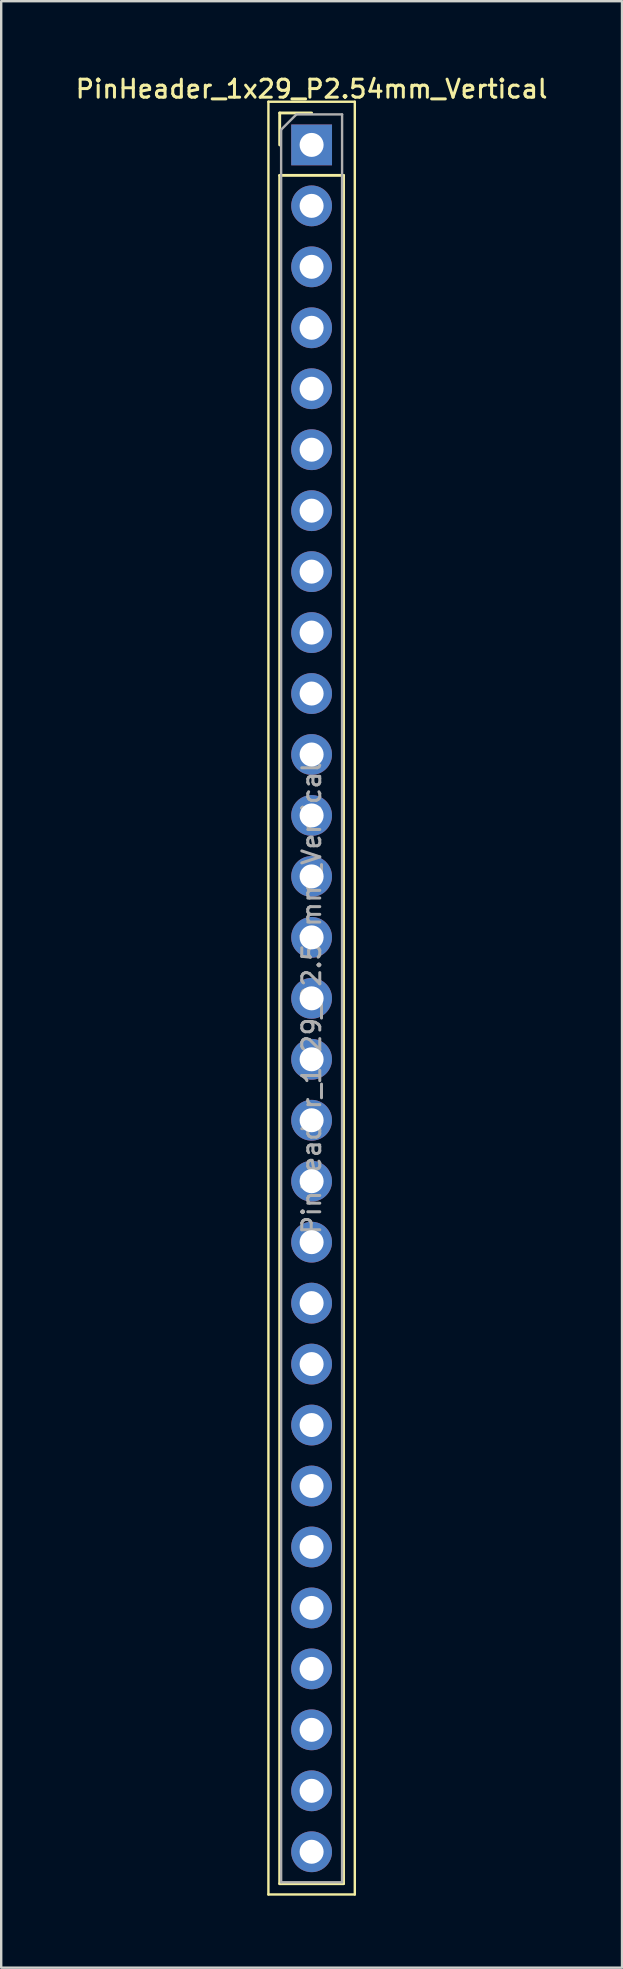
<source format=kicad_pcb>
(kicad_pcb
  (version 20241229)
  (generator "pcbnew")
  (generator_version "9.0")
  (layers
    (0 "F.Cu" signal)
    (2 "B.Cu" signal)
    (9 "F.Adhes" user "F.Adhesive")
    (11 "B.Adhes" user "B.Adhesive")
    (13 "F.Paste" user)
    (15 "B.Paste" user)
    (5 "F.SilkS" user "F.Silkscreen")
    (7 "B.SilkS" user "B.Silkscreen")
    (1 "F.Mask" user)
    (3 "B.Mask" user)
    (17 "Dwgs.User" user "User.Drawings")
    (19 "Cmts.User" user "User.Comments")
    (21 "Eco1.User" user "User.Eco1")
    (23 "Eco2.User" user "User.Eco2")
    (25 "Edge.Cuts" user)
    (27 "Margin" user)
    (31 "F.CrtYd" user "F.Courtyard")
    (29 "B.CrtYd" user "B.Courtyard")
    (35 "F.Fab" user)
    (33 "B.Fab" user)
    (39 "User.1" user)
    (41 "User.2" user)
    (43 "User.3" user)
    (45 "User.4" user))
  (footprint "PinHeader_1x29_P2.54mm_Vertical"
    (layer "F.Cu")
    (at 9.934 2.988)
    (property "Reference" "PinHeader_1x29_P2.54mm_Vertical" (at 0 -2.33 0) (layer "F.SilkS") (effects (font (size 0.75 0.75) (thickness 0.125))))
    (attr through_hole)
    (fp_line (start -1.8 -1.8) (end -1.8 72.9) (stroke (width 0.1) (type solid)) (layer "F.SilkS"))
    (fp_line (start -1.8 72.9) (end 1.8 72.9) (stroke (width 0.1) (type solid)) (layer "F.SilkS"))
    (fp_line (start -1.33 -1.33) (end 0 -1.33) (stroke (width 0.12) (type solid)) (layer "F.SilkS"))
    (fp_line (start -1.33 0) (end -1.33 -1.33) (stroke (width 0.12) (type solid)) (layer "F.SilkS"))
    (fp_line (start -1.33 1.27) (end -1.33 72.45) (stroke (width 0.12) (type solid)) (layer "F.SilkS"))
    (fp_line (start -1.33 1.27) (end 1.33 1.27) (stroke (width 0.12) (type solid)) (layer "F.SilkS"))
    (fp_line (start -1.33 72.45) (end 1.33 72.45) (stroke (width 0.12) (type solid)) (layer "F.SilkS"))
    (fp_line (start 1.33 1.27) (end 1.33 72.45) (stroke (width 0.12) (type solid)) (layer "F.SilkS"))
    (fp_line (start 1.8 -1.8) (end -1.8 -1.8) (stroke (width 0.1) (type solid)) (layer "F.SilkS"))
    (fp_line (start 1.8 72.9) (end 1.8 -1.8) (stroke (width 0.1) (type solid)) (layer "F.SilkS"))
    (fp_line (start -1.27 -0.635) (end -0.635 -1.27) (stroke (width 0.1) (type solid)) (layer "F.Fab"))
    (fp_line (start -1.27 72.39) (end -1.27 -0.635) (stroke (width 0.1) (type solid)) (layer "F.Fab"))
    (fp_line (start -0.635 -1.27) (end 1.27 -1.27) (stroke (width 0.1) (type solid)) (layer "F.Fab"))
    (fp_line (start 1.27 -1.27) (end 1.27 72.39) (stroke (width 0.1) (type solid)) (layer "F.Fab"))
    (fp_line (start 1.27 72.39) (end -1.27 72.39) (stroke (width 0.1) (type solid)) (layer "F.Fab"))
    (fp_text user "${REFERENCE}" (at 0 35.56 90) (layer "F.Fab") (effects (font (size 0.75 0.75) (thickness 0.125))))
    (pad "1" thru_hole rect (at 0 0) (size 1.7 1.7) (drill 1) (layers "*.Cu" "*.Mask"))
    (pad "2" thru_hole oval (at 0 2.54) (size 1.7 1.7) (drill 1) (layers "*.Cu" "*.Mask"))
    (pad "3" thru_hole oval (at 0 5.08) (size 1.7 1.7) (drill 1) (layers "*.Cu" "*.Mask"))
    (pad "4" thru_hole oval (at 0 7.62) (size 1.7 1.7) (drill 1) (layers "*.Cu" "*.Mask"))
    (pad "5" thru_hole oval (at 0 10.16) (size 1.7 1.7) (drill 1) (layers "*.Cu" "*.Mask"))
    (pad "6" thru_hole oval (at 0 12.7) (size 1.7 1.7) (drill 1) (layers "*.Cu" "*.Mask"))
    (pad "7" thru_hole oval (at 0 15.24) (size 1.7 1.7) (drill 1) (layers "*.Cu" "*.Mask"))
    (pad "8" thru_hole oval (at 0 17.78) (size 1.7 1.7) (drill 1) (layers "*.Cu" "*.Mask"))
    (pad "9" thru_hole oval (at 0 20.32) (size 1.7 1.7) (drill 1) (layers "*.Cu" "*.Mask"))
    (pad "10" thru_hole oval (at 0 22.86) (size 1.7 1.7) (drill 1) (layers "*.Cu" "*.Mask"))
    (pad "11" thru_hole oval (at 0 25.4) (size 1.7 1.7) (drill 1) (layers "*.Cu" "*.Mask"))
    (pad "12" thru_hole oval (at 0 27.94) (size 1.7 1.7) (drill 1) (layers "*.Cu" "*.Mask"))
    (pad "13" thru_hole oval (at 0 30.48) (size 1.7 1.7) (drill 1) (layers "*.Cu" "*.Mask"))
    (pad "14" thru_hole oval (at 0 33.02) (size 1.7 1.7) (drill 1) (layers "*.Cu" "*.Mask"))
    (pad "15" thru_hole oval (at 0 35.56) (size 1.7 1.7) (drill 1) (layers "*.Cu" "*.Mask"))
    (pad "16" thru_hole oval (at 0 38.1) (size 1.7 1.7) (drill 1) (layers "*.Cu" "*.Mask"))
    (pad "17" thru_hole oval (at 0 40.64) (size 1.7 1.7) (drill 1) (layers "*.Cu" "*.Mask"))
    (pad "18" thru_hole oval (at 0 43.18) (size 1.7 1.7) (drill 1) (layers "*.Cu" "*.Mask"))
    (pad "19" thru_hole oval (at 0 45.72) (size 1.7 1.7) (drill 1) (layers "*.Cu" "*.Mask"))
    (pad "20" thru_hole oval (at 0 48.26) (size 1.7 1.7) (drill 1) (layers "*.Cu" "*.Mask"))
    (pad "21" thru_hole oval (at 0 50.8) (size 1.7 1.7) (drill 1) (layers "*.Cu" "*.Mask"))
    (pad "22" thru_hole oval (at 0 53.34) (size 1.7 1.7) (drill 1) (layers "*.Cu" "*.Mask"))
    (pad "23" thru_hole oval (at 0 55.88) (size 1.7 1.7) (drill 1) (layers "*.Cu" "*.Mask"))
    (pad "24" thru_hole oval (at 0 58.42) (size 1.7 1.7) (drill 1) (layers "*.Cu" "*.Mask"))
    (pad "25" thru_hole oval (at 0 60.96) (size 1.7 1.7) (drill 1) (layers "*.Cu" "*.Mask"))
    (pad "26" thru_hole oval (at 0 63.5) (size 1.7 1.7) (drill 1) (layers "*.Cu" "*.Mask"))
    (pad "27" thru_hole oval (at 0 66.04) (size 1.7 1.7) (drill 1) (layers "*.Cu" "*.Mask"))
    (pad "28" thru_hole oval (at 0 68.58) (size 1.7 1.7) (drill 1) (layers "*.Cu" "*.Mask"))
    (pad "29" thru_hole oval (at 0 71.12) (size 1.7 1.7) (drill 1) (layers "*.Cu" "*.Mask")))
  (gr_rect
    (start -3 -3)
    (end 22.868 78.938)
    (stroke (width 0.1) (type default))
    (fill no)
    (layer "Edge.Cuts")))
</source>
